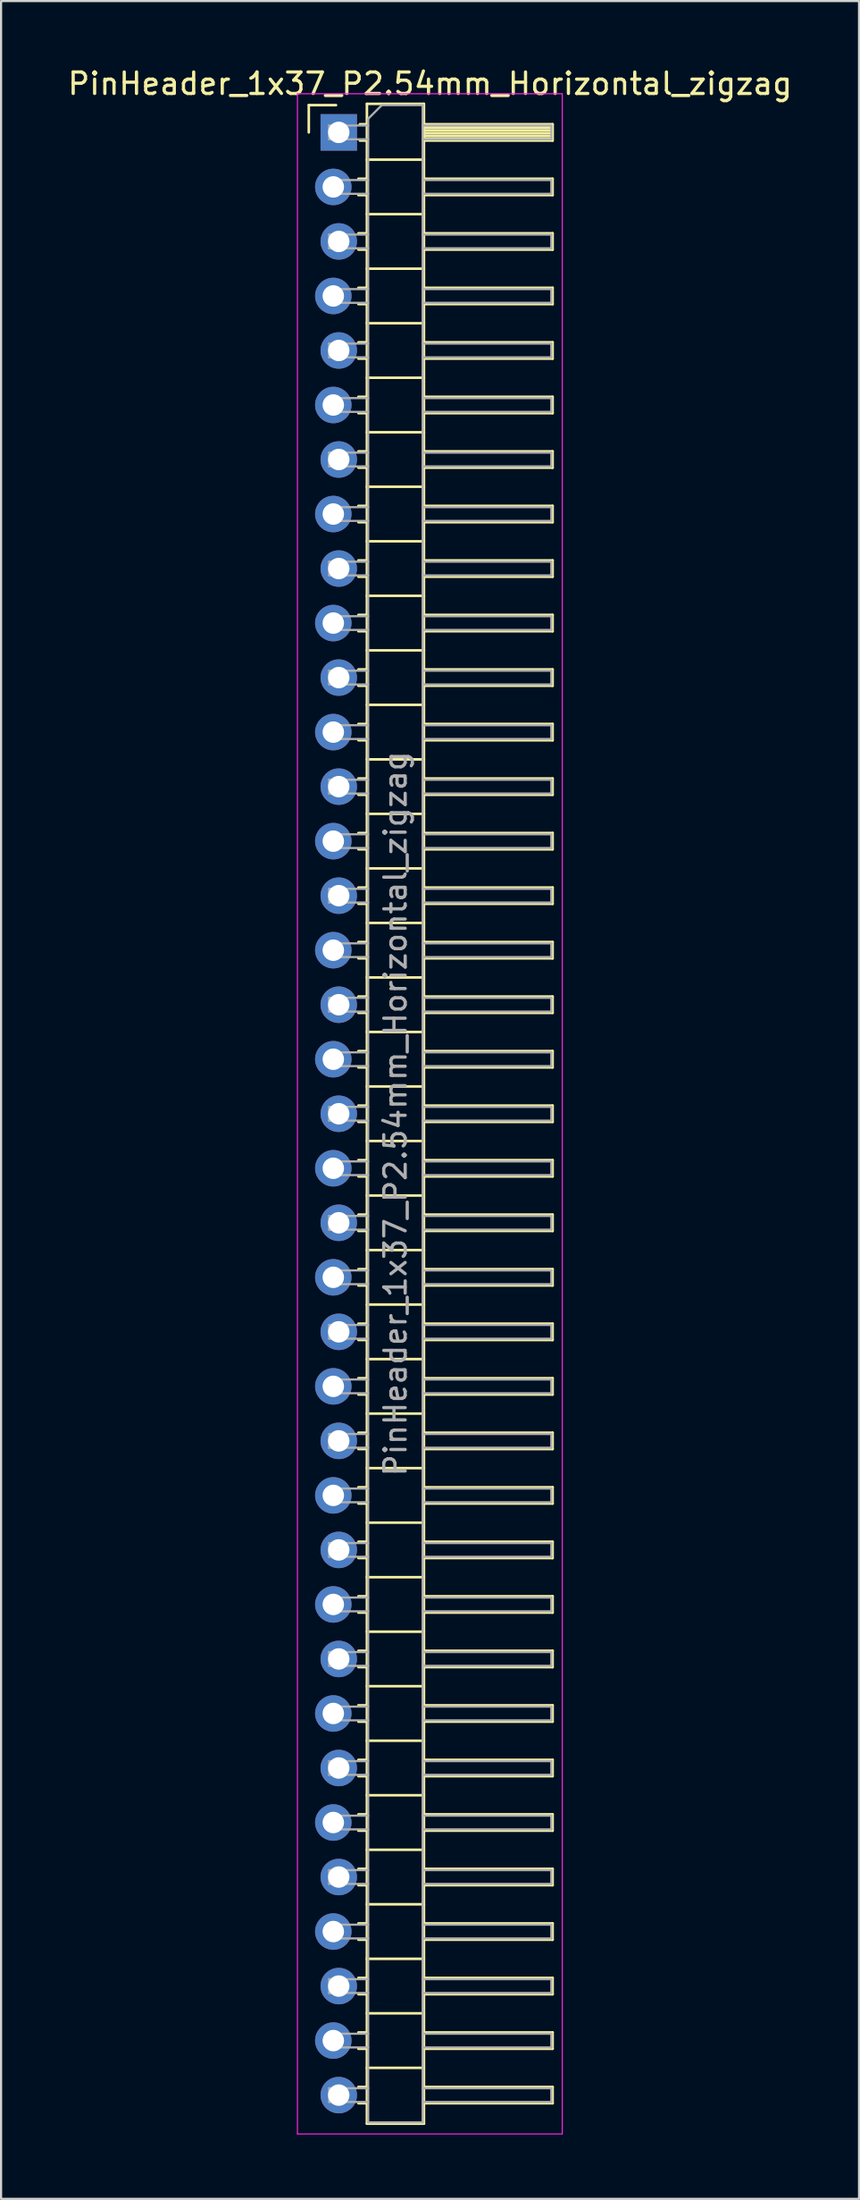
<source format=kicad_pcb>
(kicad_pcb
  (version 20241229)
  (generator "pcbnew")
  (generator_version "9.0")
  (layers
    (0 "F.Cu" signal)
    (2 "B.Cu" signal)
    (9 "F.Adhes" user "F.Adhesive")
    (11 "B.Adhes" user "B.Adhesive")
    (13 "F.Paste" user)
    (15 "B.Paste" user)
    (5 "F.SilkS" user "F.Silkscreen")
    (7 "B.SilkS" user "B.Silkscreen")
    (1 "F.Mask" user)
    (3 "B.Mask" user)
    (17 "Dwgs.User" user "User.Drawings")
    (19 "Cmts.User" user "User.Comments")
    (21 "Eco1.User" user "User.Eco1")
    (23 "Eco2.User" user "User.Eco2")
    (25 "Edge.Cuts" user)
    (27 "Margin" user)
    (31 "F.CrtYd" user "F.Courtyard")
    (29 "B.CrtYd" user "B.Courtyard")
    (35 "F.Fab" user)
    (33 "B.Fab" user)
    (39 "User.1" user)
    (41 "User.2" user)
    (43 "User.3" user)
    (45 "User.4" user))
  (footprint "PinHeader_1x37_P2.54mm_Horizontal_zigzag"
    (layer "F.Cu")
    (at 12.621 3.118)
    (property "Reference" "PinHeader_1x37_P2.54mm_Horizontal_zigzag" (at 4.385 -2.27 0) (layer "F.SilkS") (effects (font (size 1 1) (thickness 0.15))))
    (attr through_hole)
    (fp_line (start -1.27 -1.27) (end 0 -1.27) (stroke (width 0.12) (type solid)) (layer "F.SilkS"))
    (fp_line (start -1.27 0) (end -1.27 -1.27) (stroke (width 0.12) (type solid)) (layer "F.SilkS"))
    (fp_line (start 1.043 2.16) (end 1.44 2.16) (stroke (width 0.12) (type solid)) (layer "F.SilkS"))
    (fp_line (start 1.043 2.92) (end 1.44 2.92) (stroke (width 0.12) (type solid)) (layer "F.SilkS"))
    (fp_line (start 1.043 4.7) (end 1.44 4.7) (stroke (width 0.12) (type solid)) (layer "F.SilkS"))
    (fp_line (start 1.043 5.46) (end 1.44 5.46) (stroke (width 0.12) (type solid)) (layer "F.SilkS"))
    (fp_line (start 1.043 7.24) (end 1.44 7.24) (stroke (width 0.12) (type solid)) (layer "F.SilkS"))
    (fp_line (start 1.043 8) (end 1.44 8) (stroke (width 0.12) (type solid)) (layer "F.SilkS"))
    (fp_line (start 1.043 9.78) (end 1.44 9.78) (stroke (width 0.12) (type solid)) (layer "F.SilkS"))
    (fp_line (start 1.043 10.54) (end 1.44 10.54) (stroke (width 0.12) (type solid)) (layer "F.SilkS"))
    (fp_line (start 1.043 12.32) (end 1.44 12.32) (stroke (width 0.12) (type solid)) (layer "F.SilkS"))
    (fp_line (start 1.043 13.08) (end 1.44 13.08) (stroke (width 0.12) (type solid)) (layer "F.SilkS"))
    (fp_line (start 1.043 14.86) (end 1.44 14.86) (stroke (width 0.12) (type solid)) (layer "F.SilkS"))
    (fp_line (start 1.043 15.62) (end 1.44 15.62) (stroke (width 0.12) (type solid)) (layer "F.SilkS"))
    (fp_line (start 1.043 17.4) (end 1.44 17.4) (stroke (width 0.12) (type solid)) (layer "F.SilkS"))
    (fp_line (start 1.043 18.16) (end 1.44 18.16) (stroke (width 0.12) (type solid)) (layer "F.SilkS"))
    (fp_line (start 1.043 19.94) (end 1.44 19.94) (stroke (width 0.12) (type solid)) (layer "F.SilkS"))
    (fp_line (start 1.043 20.7) (end 1.44 20.7) (stroke (width 0.12) (type solid)) (layer "F.SilkS"))
    (fp_line (start 1.043 22.48) (end 1.44 22.48) (stroke (width 0.12) (type solid)) (layer "F.SilkS"))
    (fp_line (start 1.043 23.24) (end 1.44 23.24) (stroke (width 0.12) (type solid)) (layer "F.SilkS"))
    (fp_line (start 1.043 25.02) (end 1.44 25.02) (stroke (width 0.12) (type solid)) (layer "F.SilkS"))
    (fp_line (start 1.043 25.78) (end 1.44 25.78) (stroke (width 0.12) (type solid)) (layer "F.SilkS"))
    (fp_line (start 1.043 27.56) (end 1.44 27.56) (stroke (width 0.12) (type solid)) (layer "F.SilkS"))
    (fp_line (start 1.043 28.32) (end 1.44 28.32) (stroke (width 0.12) (type solid)) (layer "F.SilkS"))
    (fp_line (start 1.043 30.1) (end 1.44 30.1) (stroke (width 0.12) (type solid)) (layer "F.SilkS"))
    (fp_line (start 1.043 30.86) (end 1.44 30.86) (stroke (width 0.12) (type solid)) (layer "F.SilkS"))
    (fp_line (start 1.043 32.64) (end 1.44 32.64) (stroke (width 0.12) (type solid)) (layer "F.SilkS"))
    (fp_line (start 1.043 33.4) (end 1.44 33.4) (stroke (width 0.12) (type solid)) (layer "F.SilkS"))
    (fp_line (start 1.043 35.18) (end 1.44 35.18) (stroke (width 0.12) (type solid)) (layer "F.SilkS"))
    (fp_line (start 1.043 35.94) (end 1.44 35.94) (stroke (width 0.12) (type solid)) (layer "F.SilkS"))
    (fp_line (start 1.043 37.72) (end 1.44 37.72) (stroke (width 0.12) (type solid)) (layer "F.SilkS"))
    (fp_line (start 1.043 38.48) (end 1.44 38.48) (stroke (width 0.12) (type solid)) (layer "F.SilkS"))
    (fp_line (start 1.043 40.26) (end 1.44 40.26) (stroke (width 0.12) (type solid)) (layer "F.SilkS"))
    (fp_line (start 1.043 41.02) (end 1.44 41.02) (stroke (width 0.12) (type solid)) (layer "F.SilkS"))
    (fp_line (start 1.043 42.8) (end 1.44 42.8) (stroke (width 0.12) (type solid)) (layer "F.SilkS"))
    (fp_line (start 1.043 43.56) (end 1.44 43.56) (stroke (width 0.12) (type solid)) (layer "F.SilkS"))
    (fp_line (start 1.043 45.34) (end 1.44 45.34) (stroke (width 0.12) (type solid)) (layer "F.SilkS"))
    (fp_line (start 1.043 46.1) (end 1.44 46.1) (stroke (width 0.12) (type solid)) (layer "F.SilkS"))
    (fp_line (start 1.043 47.88) (end 1.44 47.88) (stroke (width 0.12) (type solid)) (layer "F.SilkS"))
    (fp_line (start 1.043 48.64) (end 1.44 48.64) (stroke (width 0.12) (type solid)) (layer "F.SilkS"))
    (fp_line (start 1.043 50.42) (end 1.44 50.42) (stroke (width 0.12) (type solid)) (layer "F.SilkS"))
    (fp_line (start 1.043 51.18) (end 1.44 51.18) (stroke (width 0.12) (type solid)) (layer "F.SilkS"))
    (fp_line (start 1.043 52.96) (end 1.44 52.96) (stroke (width 0.12) (type solid)) (layer "F.SilkS"))
    (fp_line (start 1.043 53.72) (end 1.44 53.72) (stroke (width 0.12) (type solid)) (layer "F.SilkS"))
    (fp_line (start 1.043 55.5) (end 1.44 55.5) (stroke (width 0.12) (type solid)) (layer "F.SilkS"))
    (fp_line (start 1.043 56.26) (end 1.44 56.26) (stroke (width 0.12) (type solid)) (layer "F.SilkS"))
    (fp_line (start 1.043 58.04) (end 1.44 58.04) (stroke (width 0.12) (type solid)) (layer "F.SilkS"))
    (fp_line (start 1.043 58.8) (end 1.44 58.8) (stroke (width 0.12) (type solid)) (layer "F.SilkS"))
    (fp_line (start 1.043 60.58) (end 1.44 60.58) (stroke (width 0.12) (type solid)) (layer "F.SilkS"))
    (fp_line (start 1.043 61.34) (end 1.44 61.34) (stroke (width 0.12) (type solid)) (layer "F.SilkS"))
    (fp_line (start 1.043 63.12) (end 1.44 63.12) (stroke (width 0.12) (type solid)) (layer "F.SilkS"))
    (fp_line (start 1.043 63.88) (end 1.44 63.88) (stroke (width 0.12) (type solid)) (layer "F.SilkS"))
    (fp_line (start 1.043 65.66) (end 1.44 65.66) (stroke (width 0.12) (type solid)) (layer "F.SilkS"))
    (fp_line (start 1.043 66.42) (end 1.44 66.42) (stroke (width 0.12) (type solid)) (layer "F.SilkS"))
    (fp_line (start 1.043 68.2) (end 1.44 68.2) (stroke (width 0.12) (type solid)) (layer "F.SilkS"))
    (fp_line (start 1.043 68.96) (end 1.44 68.96) (stroke (width 0.12) (type solid)) (layer "F.SilkS"))
    (fp_line (start 1.043 70.74) (end 1.44 70.74) (stroke (width 0.12) (type solid)) (layer "F.SilkS"))
    (fp_line (start 1.043 71.5) (end 1.44 71.5) (stroke (width 0.12) (type solid)) (layer "F.SilkS"))
    (fp_line (start 1.043 73.28) (end 1.44 73.28) (stroke (width 0.12) (type solid)) (layer "F.SilkS"))
    (fp_line (start 1.043 74.04) (end 1.44 74.04) (stroke (width 0.12) (type solid)) (layer "F.SilkS"))
    (fp_line (start 1.043 75.82) (end 1.44 75.82) (stroke (width 0.12) (type solid)) (layer "F.SilkS"))
    (fp_line (start 1.043 76.58) (end 1.44 76.58) (stroke (width 0.12) (type solid)) (layer "F.SilkS"))
    (fp_line (start 1.043 78.36) (end 1.44 78.36) (stroke (width 0.12) (type solid)) (layer "F.SilkS"))
    (fp_line (start 1.043 79.12) (end 1.44 79.12) (stroke (width 0.12) (type solid)) (layer "F.SilkS"))
    (fp_line (start 1.043 80.9) (end 1.44 80.9) (stroke (width 0.12) (type solid)) (layer "F.SilkS"))
    (fp_line (start 1.043 81.66) (end 1.44 81.66) (stroke (width 0.12) (type solid)) (layer "F.SilkS"))
    (fp_line (start 1.043 83.44) (end 1.44 83.44) (stroke (width 0.12) (type solid)) (layer "F.SilkS"))
    (fp_line (start 1.043 84.2) (end 1.44 84.2) (stroke (width 0.12) (type solid)) (layer "F.SilkS"))
    (fp_line (start 1.043 85.98) (end 1.44 85.98) (stroke (width 0.12) (type solid)) (layer "F.SilkS"))
    (fp_line (start 1.043 86.74) (end 1.44 86.74) (stroke (width 0.12) (type solid)) (layer "F.SilkS"))
    (fp_line (start 1.043 88.52) (end 1.44 88.52) (stroke (width 0.12) (type solid)) (layer "F.SilkS"))
    (fp_line (start 1.043 89.28) (end 1.44 89.28) (stroke (width 0.12) (type solid)) (layer "F.SilkS"))
    (fp_line (start 1.043 91.06) (end 1.44 91.06) (stroke (width 0.12) (type solid)) (layer "F.SilkS"))
    (fp_line (start 1.043 91.82) (end 1.44 91.82) (stroke (width 0.12) (type solid)) (layer "F.SilkS"))
    (fp_line (start 1.11 -0.38) (end 1.44 -0.38) (stroke (width 0.12) (type solid)) (layer "F.SilkS"))
    (fp_line (start 1.11 0.38) (end 1.44 0.38) (stroke (width 0.12) (type solid)) (layer "F.SilkS"))
    (fp_line (start 1.44 -1.33) (end 1.44 92.77) (stroke (width 0.12) (type solid)) (layer "F.SilkS"))
    (fp_line (start 1.44 1.27) (end 4.1 1.27) (stroke (width 0.12) (type solid)) (layer "F.SilkS"))
    (fp_line (start 1.44 3.81) (end 4.1 3.81) (stroke (width 0.12) (type solid)) (layer "F.SilkS"))
    (fp_line (start 1.44 6.35) (end 4.1 6.35) (stroke (width 0.12) (type solid)) (layer "F.SilkS"))
    (fp_line (start 1.44 8.89) (end 4.1 8.89) (stroke (width 0.12) (type solid)) (layer "F.SilkS"))
    (fp_line (start 1.44 11.43) (end 4.1 11.43) (stroke (width 0.12) (type solid)) (layer "F.SilkS"))
    (fp_line (start 1.44 13.97) (end 4.1 13.97) (stroke (width 0.12) (type solid)) (layer "F.SilkS"))
    (fp_line (start 1.44 16.51) (end 4.1 16.51) (stroke (width 0.12) (type solid)) (layer "F.SilkS"))
    (fp_line (start 1.44 19.05) (end 4.1 19.05) (stroke (width 0.12) (type solid)) (layer "F.SilkS"))
    (fp_line (start 1.44 21.59) (end 4.1 21.59) (stroke (width 0.12) (type solid)) (layer "F.SilkS"))
    (fp_line (start 1.44 24.13) (end 4.1 24.13) (stroke (width 0.12) (type solid)) (layer "F.SilkS"))
    (fp_line (start 1.44 26.67) (end 4.1 26.67) (stroke (width 0.12) (type solid)) (layer "F.SilkS"))
    (fp_line (start 1.44 29.21) (end 4.1 29.21) (stroke (width 0.12) (type solid)) (layer "F.SilkS"))
    (fp_line (start 1.44 31.75) (end 4.1 31.75) (stroke (width 0.12) (type solid)) (layer "F.SilkS"))
    (fp_line (start 1.44 34.29) (end 4.1 34.29) (stroke (width 0.12) (type solid)) (layer "F.SilkS"))
    (fp_line (start 1.44 36.83) (end 4.1 36.83) (stroke (width 0.12) (type solid)) (layer "F.SilkS"))
    (fp_line (start 1.44 39.37) (end 4.1 39.37) (stroke (width 0.12) (type solid)) (layer "F.SilkS"))
    (fp_line (start 1.44 41.91) (end 4.1 41.91) (stroke (width 0.12) (type solid)) (layer "F.SilkS"))
    (fp_line (start 1.44 44.45) (end 4.1 44.45) (stroke (width 0.12) (type solid)) (layer "F.SilkS"))
    (fp_line (start 1.44 46.99) (end 4.1 46.99) (stroke (width 0.12) (type solid)) (layer "F.SilkS"))
    (fp_line (start 1.44 49.53) (end 4.1 49.53) (stroke (width 0.12) (type solid)) (layer "F.SilkS"))
    (fp_line (start 1.44 52.07) (end 4.1 52.07) (stroke (width 0.12) (type solid)) (layer "F.SilkS"))
    (fp_line (start 1.44 54.61) (end 4.1 54.61) (stroke (width 0.12) (type solid)) (layer "F.SilkS"))
    (fp_line (start 1.44 57.15) (end 4.1 57.15) (stroke (width 0.12) (type solid)) (layer "F.SilkS"))
    (fp_line (start 1.44 59.69) (end 4.1 59.69) (stroke (width 0.12) (type solid)) (layer "F.SilkS"))
    (fp_line (start 1.44 62.23) (end 4.1 62.23) (stroke (width 0.12) (type solid)) (layer "F.SilkS"))
    (fp_line (start 1.44 64.77) (end 4.1 64.77) (stroke (width 0.12) (type solid)) (layer "F.SilkS"))
    (fp_line (start 1.44 67.31) (end 4.1 67.31) (stroke (width 0.12) (type solid)) (layer "F.SilkS"))
    (fp_line (start 1.44 69.85) (end 4.1 69.85) (stroke (width 0.12) (type solid)) (layer "F.SilkS"))
    (fp_line (start 1.44 72.39) (end 4.1 72.39) (stroke (width 0.12) (type solid)) (layer "F.SilkS"))
    (fp_line (start 1.44 74.93) (end 4.1 74.93) (stroke (width 0.12) (type solid)) (layer "F.SilkS"))
    (fp_line (start 1.44 77.47) (end 4.1 77.47) (stroke (width 0.12) (type solid)) (layer "F.SilkS"))
    (fp_line (start 1.44 80.01) (end 4.1 80.01) (stroke (width 0.12) (type solid)) (layer "F.SilkS"))
    (fp_line (start 1.44 82.55) (end 4.1 82.55) (stroke (width 0.12) (type solid)) (layer "F.SilkS"))
    (fp_line (start 1.44 85.09) (end 4.1 85.09) (stroke (width 0.12) (type solid)) (layer "F.SilkS"))
    (fp_line (start 1.44 87.63) (end 4.1 87.63) (stroke (width 0.12) (type solid)) (layer "F.SilkS"))
    (fp_line (start 1.44 90.17) (end 4.1 90.17) (stroke (width 0.12) (type solid)) (layer "F.SilkS"))
    (fp_line (start 1.44 92.77) (end 4.1 92.77) (stroke (width 0.12) (type solid)) (layer "F.SilkS"))
    (fp_line (start 4.1 -1.33) (end 1.44 -1.33) (stroke (width 0.12) (type solid)) (layer "F.SilkS"))
    (fp_line (start 4.1 -0.38) (end 10.1 -0.38) (stroke (width 0.12) (type solid)) (layer "F.SilkS"))
    (fp_line (start 4.1 -0.32) (end 10.1 -0.32) (stroke (width 0.12) (type solid)) (layer "F.SilkS"))
    (fp_line (start 4.1 -0.2) (end 10.1 -0.2) (stroke (width 0.12) (type solid)) (layer "F.SilkS"))
    (fp_line (start 4.1 -0.08) (end 10.1 -0.08) (stroke (width 0.12) (type solid)) (layer "F.SilkS"))
    (fp_line (start 4.1 0.04) (end 10.1 0.04) (stroke (width 0.12) (type solid)) (layer "F.SilkS"))
    (fp_line (start 4.1 0.16) (end 10.1 0.16) (stroke (width 0.12) (type solid)) (layer "F.SilkS"))
    (fp_line (start 4.1 0.28) (end 10.1 0.28) (stroke (width 0.12) (type solid)) (layer "F.SilkS"))
    (fp_line (start 4.1 2.16) (end 10.1 2.16) (stroke (width 0.12) (type solid)) (layer "F.SilkS"))
    (fp_line (start 4.1 4.7) (end 10.1 4.7) (stroke (width 0.12) (type solid)) (layer "F.SilkS"))
    (fp_line (start 4.1 7.24) (end 10.1 7.24) (stroke (width 0.12) (type solid)) (layer "F.SilkS"))
    (fp_line (start 4.1 9.78) (end 10.1 9.78) (stroke (width 0.12) (type solid)) (layer "F.SilkS"))
    (fp_line (start 4.1 12.32) (end 10.1 12.32) (stroke (width 0.12) (type solid)) (layer "F.SilkS"))
    (fp_line (start 4.1 14.86) (end 10.1 14.86) (stroke (width 0.12) (type solid)) (layer "F.SilkS"))
    (fp_line (start 4.1 17.4) (end 10.1 17.4) (stroke (width 0.12) (type solid)) (layer "F.SilkS"))
    (fp_line (start 4.1 19.94) (end 10.1 19.94) (stroke (width 0.12) (type solid)) (layer "F.SilkS"))
    (fp_line (start 4.1 22.48) (end 10.1 22.48) (stroke (width 0.12) (type solid)) (layer "F.SilkS"))
    (fp_line (start 4.1 25.02) (end 10.1 25.02) (stroke (width 0.12) (type solid)) (layer "F.SilkS"))
    (fp_line (start 4.1 27.56) (end 10.1 27.56) (stroke (width 0.12) (type solid)) (layer "F.SilkS"))
    (fp_line (start 4.1 30.1) (end 10.1 30.1) (stroke (width 0.12) (type solid)) (layer "F.SilkS"))
    (fp_line (start 4.1 32.64) (end 10.1 32.64) (stroke (width 0.12) (type solid)) (layer "F.SilkS"))
    (fp_line (start 4.1 35.18) (end 10.1 35.18) (stroke (width 0.12) (type solid)) (layer "F.SilkS"))
    (fp_line (start 4.1 37.72) (end 10.1 37.72) (stroke (width 0.12) (type solid)) (layer "F.SilkS"))
    (fp_line (start 4.1 40.26) (end 10.1 40.26) (stroke (width 0.12) (type solid)) (layer "F.SilkS"))
    (fp_line (start 4.1 42.8) (end 10.1 42.8) (stroke (width 0.12) (type solid)) (layer "F.SilkS"))
    (fp_line (start 4.1 45.34) (end 10.1 45.34) (stroke (width 0.12) (type solid)) (layer "F.SilkS"))
    (fp_line (start 4.1 47.88) (end 10.1 47.88) (stroke (width 0.12) (type solid)) (layer "F.SilkS"))
    (fp_line (start 4.1 50.42) (end 10.1 50.42) (stroke (width 0.12) (type solid)) (layer "F.SilkS"))
    (fp_line (start 4.1 52.96) (end 10.1 52.96) (stroke (width 0.12) (type solid)) (layer "F.SilkS"))
    (fp_line (start 4.1 55.5) (end 10.1 55.5) (stroke (width 0.12) (type solid)) (layer "F.SilkS"))
    (fp_line (start 4.1 58.04) (end 10.1 58.04) (stroke (width 0.12) (type solid)) (layer "F.SilkS"))
    (fp_line (start 4.1 60.58) (end 10.1 60.58) (stroke (width 0.12) (type solid)) (layer "F.SilkS"))
    (fp_line (start 4.1 63.12) (end 10.1 63.12) (stroke (width 0.12) (type solid)) (layer "F.SilkS"))
    (fp_line (start 4.1 65.66) (end 10.1 65.66) (stroke (width 0.12) (type solid)) (layer "F.SilkS"))
    (fp_line (start 4.1 68.2) (end 10.1 68.2) (stroke (width 0.12) (type solid)) (layer "F.SilkS"))
    (fp_line (start 4.1 70.74) (end 10.1 70.74) (stroke (width 0.12) (type solid)) (layer "F.SilkS"))
    (fp_line (start 4.1 73.28) (end 10.1 73.28) (stroke (width 0.12) (type solid)) (layer "F.SilkS"))
    (fp_line (start 4.1 75.82) (end 10.1 75.82) (stroke (width 0.12) (type solid)) (layer "F.SilkS"))
    (fp_line (start 4.1 78.36) (end 10.1 78.36) (stroke (width 0.12) (type solid)) (layer "F.SilkS"))
    (fp_line (start 4.1 80.9) (end 10.1 80.9) (stroke (width 0.12) (type solid)) (layer "F.SilkS"))
    (fp_line (start 4.1 83.44) (end 10.1 83.44) (stroke (width 0.12) (type solid)) (layer "F.SilkS"))
    (fp_line (start 4.1 85.98) (end 10.1 85.98) (stroke (width 0.12) (type solid)) (layer "F.SilkS"))
    (fp_line (start 4.1 88.52) (end 10.1 88.52) (stroke (width 0.12) (type solid)) (layer "F.SilkS"))
    (fp_line (start 4.1 91.06) (end 10.1 91.06) (stroke (width 0.12) (type solid)) (layer "F.SilkS"))
    (fp_line (start 4.1 92.77) (end 4.1 -1.33) (stroke (width 0.12) (type solid)) (layer "F.SilkS"))
    (fp_line (start 10.1 -0.38) (end 10.1 0.38) (stroke (width 0.12) (type solid)) (layer "F.SilkS"))
    (fp_line (start 10.1 0.38) (end 4.1 0.38) (stroke (width 0.12) (type solid)) (layer "F.SilkS"))
    (fp_line (start 10.1 2.16) (end 10.1 2.92) (stroke (width 0.12) (type solid)) (layer "F.SilkS"))
    (fp_line (start 10.1 2.92) (end 4.1 2.92) (stroke (width 0.12) (type solid)) (layer "F.SilkS"))
    (fp_line (start 10.1 4.7) (end 10.1 5.46) (stroke (width 0.12) (type solid)) (layer "F.SilkS"))
    (fp_line (start 10.1 5.46) (end 4.1 5.46) (stroke (width 0.12) (type solid)) (layer "F.SilkS"))
    (fp_line (start 10.1 7.24) (end 10.1 8) (stroke (width 0.12) (type solid)) (layer "F.SilkS"))
    (fp_line (start 10.1 8) (end 4.1 8) (stroke (width 0.12) (type solid)) (layer "F.SilkS"))
    (fp_line (start 10.1 9.78) (end 10.1 10.54) (stroke (width 0.12) (type solid)) (layer "F.SilkS"))
    (fp_line (start 10.1 10.54) (end 4.1 10.54) (stroke (width 0.12) (type solid)) (layer "F.SilkS"))
    (fp_line (start 10.1 12.32) (end 10.1 13.08) (stroke (width 0.12) (type solid)) (layer "F.SilkS"))
    (fp_line (start 10.1 13.08) (end 4.1 13.08) (stroke (width 0.12) (type solid)) (layer "F.SilkS"))
    (fp_line (start 10.1 14.86) (end 10.1 15.62) (stroke (width 0.12) (type solid)) (layer "F.SilkS"))
    (fp_line (start 10.1 15.62) (end 4.1 15.62) (stroke (width 0.12) (type solid)) (layer "F.SilkS"))
    (fp_line (start 10.1 17.4) (end 10.1 18.16) (stroke (width 0.12) (type solid)) (layer "F.SilkS"))
    (fp_line (start 10.1 18.16) (end 4.1 18.16) (stroke (width 0.12) (type solid)) (layer "F.SilkS"))
    (fp_line (start 10.1 19.94) (end 10.1 20.7) (stroke (width 0.12) (type solid)) (layer "F.SilkS"))
    (fp_line (start 10.1 20.7) (end 4.1 20.7) (stroke (width 0.12) (type solid)) (layer "F.SilkS"))
    (fp_line (start 10.1 22.48) (end 10.1 23.24) (stroke (width 0.12) (type solid)) (layer "F.SilkS"))
    (fp_line (start 10.1 23.24) (end 4.1 23.24) (stroke (width 0.12) (type solid)) (layer "F.SilkS"))
    (fp_line (start 10.1 25.02) (end 10.1 25.78) (stroke (width 0.12) (type solid)) (layer "F.SilkS"))
    (fp_line (start 10.1 25.78) (end 4.1 25.78) (stroke (width 0.12) (type solid)) (layer "F.SilkS"))
    (fp_line (start 10.1 27.56) (end 10.1 28.32) (stroke (width 0.12) (type solid)) (layer "F.SilkS"))
    (fp_line (start 10.1 28.32) (end 4.1 28.32) (stroke (width 0.12) (type solid)) (layer "F.SilkS"))
    (fp_line (start 10.1 30.1) (end 10.1 30.86) (stroke (width 0.12) (type solid)) (layer "F.SilkS"))
    (fp_line (start 10.1 30.86) (end 4.1 30.86) (stroke (width 0.12) (type solid)) (layer "F.SilkS"))
    (fp_line (start 10.1 32.64) (end 10.1 33.4) (stroke (width 0.12) (type solid)) (layer "F.SilkS"))
    (fp_line (start 10.1 33.4) (end 4.1 33.4) (stroke (width 0.12) (type solid)) (layer "F.SilkS"))
    (fp_line (start 10.1 35.18) (end 10.1 35.94) (stroke (width 0.12) (type solid)) (layer "F.SilkS"))
    (fp_line (start 10.1 35.94) (end 4.1 35.94) (stroke (width 0.12) (type solid)) (layer "F.SilkS"))
    (fp_line (start 10.1 37.72) (end 10.1 38.48) (stroke (width 0.12) (type solid)) (layer "F.SilkS"))
    (fp_line (start 10.1 38.48) (end 4.1 38.48) (stroke (width 0.12) (type solid)) (layer "F.SilkS"))
    (fp_line (start 10.1 40.26) (end 10.1 41.02) (stroke (width 0.12) (type solid)) (layer "F.SilkS"))
    (fp_line (start 10.1 41.02) (end 4.1 41.02) (stroke (width 0.12) (type solid)) (layer "F.SilkS"))
    (fp_line (start 10.1 42.8) (end 10.1 43.56) (stroke (width 0.12) (type solid)) (layer "F.SilkS"))
    (fp_line (start 10.1 43.56) (end 4.1 43.56) (stroke (width 0.12) (type solid)) (layer "F.SilkS"))
    (fp_line (start 10.1 45.34) (end 10.1 46.1) (stroke (width 0.12) (type solid)) (layer "F.SilkS"))
    (fp_line (start 10.1 46.1) (end 4.1 46.1) (stroke (width 0.12) (type solid)) (layer "F.SilkS"))
    (fp_line (start 10.1 47.88) (end 10.1 48.64) (stroke (width 0.12) (type solid)) (layer "F.SilkS"))
    (fp_line (start 10.1 48.64) (end 4.1 48.64) (stroke (width 0.12) (type solid)) (layer "F.SilkS"))
    (fp_line (start 10.1 50.42) (end 10.1 51.18) (stroke (width 0.12) (type solid)) (layer "F.SilkS"))
    (fp_line (start 10.1 51.18) (end 4.1 51.18) (stroke (width 0.12) (type solid)) (layer "F.SilkS"))
    (fp_line (start 10.1 52.96) (end 10.1 53.72) (stroke (width 0.12) (type solid)) (layer "F.SilkS"))
    (fp_line (start 10.1 53.72) (end 4.1 53.72) (stroke (width 0.12) (type solid)) (layer "F.SilkS"))
    (fp_line (start 10.1 55.5) (end 10.1 56.26) (stroke (width 0.12) (type solid)) (layer "F.SilkS"))
    (fp_line (start 10.1 56.26) (end 4.1 56.26) (stroke (width 0.12) (type solid)) (layer "F.SilkS"))
    (fp_line (start 10.1 58.04) (end 10.1 58.8) (stroke (width 0.12) (type solid)) (layer "F.SilkS"))
    (fp_line (start 10.1 58.8) (end 4.1 58.8) (stroke (width 0.12) (type solid)) (layer "F.SilkS"))
    (fp_line (start 10.1 60.58) (end 10.1 61.34) (stroke (width 0.12) (type solid)) (layer "F.SilkS"))
    (fp_line (start 10.1 61.34) (end 4.1 61.34) (stroke (width 0.12) (type solid)) (layer "F.SilkS"))
    (fp_line (start 10.1 63.12) (end 10.1 63.88) (stroke (width 0.12) (type solid)) (layer "F.SilkS"))
    (fp_line (start 10.1 63.88) (end 4.1 63.88) (stroke (width 0.12) (type solid)) (layer "F.SilkS"))
    (fp_line (start 10.1 65.66) (end 10.1 66.42) (stroke (width 0.12) (type solid)) (layer "F.SilkS"))
    (fp_line (start 10.1 66.42) (end 4.1 66.42) (stroke (width 0.12) (type solid)) (layer "F.SilkS"))
    (fp_line (start 10.1 68.2) (end 10.1 68.96) (stroke (width 0.12) (type solid)) (layer "F.SilkS"))
    (fp_line (start 10.1 68.96) (end 4.1 68.96) (stroke (width 0.12) (type solid)) (layer "F.SilkS"))
    (fp_line (start 10.1 70.74) (end 10.1 71.5) (stroke (width 0.12) (type solid)) (layer "F.SilkS"))
    (fp_line (start 10.1 71.5) (end 4.1 71.5) (stroke (width 0.12) (type solid)) (layer "F.SilkS"))
    (fp_line (start 10.1 73.28) (end 10.1 74.04) (stroke (width 0.12) (type solid)) (layer "F.SilkS"))
    (fp_line (start 10.1 74.04) (end 4.1 74.04) (stroke (width 0.12) (type solid)) (layer "F.SilkS"))
    (fp_line (start 10.1 75.82) (end 10.1 76.58) (stroke (width 0.12) (type solid)) (layer "F.SilkS"))
    (fp_line (start 10.1 76.58) (end 4.1 76.58) (stroke (width 0.12) (type solid)) (layer "F.SilkS"))
    (fp_line (start 10.1 78.36) (end 10.1 79.12) (stroke (width 0.12) (type solid)) (layer "F.SilkS"))
    (fp_line (start 10.1 79.12) (end 4.1 79.12) (stroke (width 0.12) (type solid)) (layer "F.SilkS"))
    (fp_line (start 10.1 80.9) (end 10.1 81.66) (stroke (width 0.12) (type solid)) (layer "F.SilkS"))
    (fp_line (start 10.1 81.66) (end 4.1 81.66) (stroke (width 0.12) (type solid)) (layer "F.SilkS"))
    (fp_line (start 10.1 83.44) (end 10.1 84.2) (stroke (width 0.12) (type solid)) (layer "F.SilkS"))
    (fp_line (start 10.1 84.2) (end 4.1 84.2) (stroke (width 0.12) (type solid)) (layer "F.SilkS"))
    (fp_line (start 10.1 85.98) (end 10.1 86.74) (stroke (width 0.12) (type solid)) (layer "F.SilkS"))
    (fp_line (start 10.1 86.74) (end 4.1 86.74) (stroke (width 0.12) (type solid)) (layer "F.SilkS"))
    (fp_line (start 10.1 88.52) (end 10.1 89.28) (stroke (width 0.12) (type solid)) (layer "F.SilkS"))
    (fp_line (start 10.1 89.28) (end 4.1 89.28) (stroke (width 0.12) (type solid)) (layer "F.SilkS"))
    (fp_line (start 10.1 91.06) (end 10.1 91.82) (stroke (width 0.12) (type solid)) (layer "F.SilkS"))
    (fp_line (start 10.1 91.82) (end 4.1 91.82) (stroke (width 0.12) (type solid)) (layer "F.SilkS"))
    (fp_line (start -1.8 -1.8) (end -1.8 93.25) (stroke (width 0.05) (type solid)) (layer "F.CrtYd"))
    (fp_line (start -1.8 93.25) (end 10.55 93.25) (stroke (width 0.05) (type solid)) (layer "F.CrtYd"))
    (fp_line (start 10.55 -1.8) (end -1.8 -1.8) (stroke (width 0.05) (type solid)) (layer "F.CrtYd"))
    (fp_line (start 10.55 93.25) (end 10.55 -1.8) (stroke (width 0.05) (type solid)) (layer "F.CrtYd"))
    (fp_line (start -0.32 -0.32) (end -0.32 0.32) (stroke (width 0.1) (type solid)) (layer "F.Fab"))
    (fp_line (start -0.32 -0.32) (end 1.5 -0.32) (stroke (width 0.1) (type solid)) (layer "F.Fab"))
    (fp_line (start -0.32 0.32) (end 1.5 0.32) (stroke (width 0.1) (type solid)) (layer "F.Fab"))
    (fp_line (start -0.32 2.22) (end -0.32 2.86) (stroke (width 0.1) (type solid)) (layer "F.Fab"))
    (fp_line (start -0.32 2.22) (end 1.5 2.22) (stroke (width 0.1) (type solid)) (layer "F.Fab"))
    (fp_line (start -0.32 2.86) (end 1.5 2.86) (stroke (width 0.1) (type solid)) (layer "F.Fab"))
    (fp_line (start -0.32 4.76) (end -0.32 5.4) (stroke (width 0.1) (type solid)) (layer "F.Fab"))
    (fp_line (start -0.32 4.76) (end 1.5 4.76) (stroke (width 0.1) (type solid)) (layer "F.Fab"))
    (fp_line (start -0.32 5.4) (end 1.5 5.4) (stroke (width 0.1) (type solid)) (layer "F.Fab"))
    (fp_line (start -0.32 7.3) (end -0.32 7.94) (stroke (width 0.1) (type solid)) (layer "F.Fab"))
    (fp_line (start -0.32 7.3) (end 1.5 7.3) (stroke (width 0.1) (type solid)) (layer "F.Fab"))
    (fp_line (start -0.32 7.94) (end 1.5 7.94) (stroke (width 0.1) (type solid)) (layer "F.Fab"))
    (fp_line (start -0.32 9.84) (end -0.32 10.48) (stroke (width 0.1) (type solid)) (layer "F.Fab"))
    (fp_line (start -0.32 9.84) (end 1.5 9.84) (stroke (width 0.1) (type solid)) (layer "F.Fab"))
    (fp_line (start -0.32 10.48) (end 1.5 10.48) (stroke (width 0.1) (type solid)) (layer "F.Fab"))
    (fp_line (start -0.32 12.38) (end -0.32 13.02) (stroke (width 0.1) (type solid)) (layer "F.Fab"))
    (fp_line (start -0.32 12.38) (end 1.5 12.38) (stroke (width 0.1) (type solid)) (layer "F.Fab"))
    (fp_line (start -0.32 13.02) (end 1.5 13.02) (stroke (width 0.1) (type solid)) (layer "F.Fab"))
    (fp_line (start -0.32 14.92) (end -0.32 15.56) (stroke (width 0.1) (type solid)) (layer "F.Fab"))
    (fp_line (start -0.32 14.92) (end 1.5 14.92) (stroke (width 0.1) (type solid)) (layer "F.Fab"))
    (fp_line (start -0.32 15.56) (end 1.5 15.56) (stroke (width 0.1) (type solid)) (layer "F.Fab"))
    (fp_line (start -0.32 17.46) (end -0.32 18.1) (stroke (width 0.1) (type solid)) (layer "F.Fab"))
    (fp_line (start -0.32 17.46) (end 1.5 17.46) (stroke (width 0.1) (type solid)) (layer "F.Fab"))
    (fp_line (start -0.32 18.1) (end 1.5 18.1) (stroke (width 0.1) (type solid)) (layer "F.Fab"))
    (fp_line (start -0.32 20) (end -0.32 20.64) (stroke (width 0.1) (type solid)) (layer "F.Fab"))
    (fp_line (start -0.32 20) (end 1.5 20) (stroke (width 0.1) (type solid)) (layer "F.Fab"))
    (fp_line (start -0.32 20.64) (end 1.5 20.64) (stroke (width 0.1) (type solid)) (layer "F.Fab"))
    (fp_line (start -0.32 22.54) (end -0.32 23.18) (stroke (width 0.1) (type solid)) (layer "F.Fab"))
    (fp_line (start -0.32 22.54) (end 1.5 22.54) (stroke (width 0.1) (type solid)) (layer "F.Fab"))
    (fp_line (start -0.32 23.18) (end 1.5 23.18) (stroke (width 0.1) (type solid)) (layer "F.Fab"))
    (fp_line (start -0.32 25.08) (end -0.32 25.72) (stroke (width 0.1) (type solid)) (layer "F.Fab"))
    (fp_line (start -0.32 25.08) (end 1.5 25.08) (stroke (width 0.1) (type solid)) (layer "F.Fab"))
    (fp_line (start -0.32 25.72) (end 1.5 25.72) (stroke (width 0.1) (type solid)) (layer "F.Fab"))
    (fp_line (start -0.32 27.62) (end -0.32 28.26) (stroke (width 0.1) (type solid)) (layer "F.Fab"))
    (fp_line (start -0.32 27.62) (end 1.5 27.62) (stroke (width 0.1) (type solid)) (layer "F.Fab"))
    (fp_line (start -0.32 28.26) (end 1.5 28.26) (stroke (width 0.1) (type solid)) (layer "F.Fab"))
    (fp_line (start -0.32 30.16) (end -0.32 30.8) (stroke (width 0.1) (type solid)) (layer "F.Fab"))
    (fp_line (start -0.32 30.16) (end 1.5 30.16) (stroke (width 0.1) (type solid)) (layer "F.Fab"))
    (fp_line (start -0.32 30.8) (end 1.5 30.8) (stroke (width 0.1) (type solid)) (layer "F.Fab"))
    (fp_line (start -0.32 32.7) (end -0.32 33.34) (stroke (width 0.1) (type solid)) (layer "F.Fab"))
    (fp_line (start -0.32 32.7) (end 1.5 32.7) (stroke (width 0.1) (type solid)) (layer "F.Fab"))
    (fp_line (start -0.32 33.34) (end 1.5 33.34) (stroke (width 0.1) (type solid)) (layer "F.Fab"))
    (fp_line (start -0.32 35.24) (end -0.32 35.88) (stroke (width 0.1) (type solid)) (layer "F.Fab"))
    (fp_line (start -0.32 35.24) (end 1.5 35.24) (stroke (width 0.1) (type solid)) (layer "F.Fab"))
    (fp_line (start -0.32 35.88) (end 1.5 35.88) (stroke (width 0.1) (type solid)) (layer "F.Fab"))
    (fp_line (start -0.32 37.78) (end -0.32 38.42) (stroke (width 0.1) (type solid)) (layer "F.Fab"))
    (fp_line (start -0.32 37.78) (end 1.5 37.78) (stroke (width 0.1) (type solid)) (layer "F.Fab"))
    (fp_line (start -0.32 38.42) (end 1.5 38.42) (stroke (width 0.1) (type solid)) (layer "F.Fab"))
    (fp_line (start -0.32 40.32) (end -0.32 40.96) (stroke (width 0.1) (type solid)) (layer "F.Fab"))
    (fp_line (start -0.32 40.32) (end 1.5 40.32) (stroke (width 0.1) (type solid)) (layer "F.Fab"))
    (fp_line (start -0.32 40.96) (end 1.5 40.96) (stroke (width 0.1) (type solid)) (layer "F.Fab"))
    (fp_line (start -0.32 42.86) (end -0.32 43.5) (stroke (width 0.1) (type solid)) (layer "F.Fab"))
    (fp_line (start -0.32 42.86) (end 1.5 42.86) (stroke (width 0.1) (type solid)) (layer "F.Fab"))
    (fp_line (start -0.32 43.5) (end 1.5 43.5) (stroke (width 0.1) (type solid)) (layer "F.Fab"))
    (fp_line (start -0.32 45.4) (end -0.32 46.04) (stroke (width 0.1) (type solid)) (layer "F.Fab"))
    (fp_line (start -0.32 45.4) (end 1.5 45.4) (stroke (width 0.1) (type solid)) (layer "F.Fab"))
    (fp_line (start -0.32 46.04) (end 1.5 46.04) (stroke (width 0.1) (type solid)) (layer "F.Fab"))
    (fp_line (start -0.32 47.94) (end -0.32 48.58) (stroke (width 0.1) (type solid)) (layer "F.Fab"))
    (fp_line (start -0.32 47.94) (end 1.5 47.94) (stroke (width 0.1) (type solid)) (layer "F.Fab"))
    (fp_line (start -0.32 48.58) (end 1.5 48.58) (stroke (width 0.1) (type solid)) (layer "F.Fab"))
    (fp_line (start -0.32 50.48) (end -0.32 51.12) (stroke (width 0.1) (type solid)) (layer "F.Fab"))
    (fp_line (start -0.32 50.48) (end 1.5 50.48) (stroke (width 0.1) (type solid)) (layer "F.Fab"))
    (fp_line (start -0.32 51.12) (end 1.5 51.12) (stroke (width 0.1) (type solid)) (layer "F.Fab"))
    (fp_line (start -0.32 53.02) (end -0.32 53.66) (stroke (width 0.1) (type solid)) (layer "F.Fab"))
    (fp_line (start -0.32 53.02) (end 1.5 53.02) (stroke (width 0.1) (type solid)) (layer "F.Fab"))
    (fp_line (start -0.32 53.66) (end 1.5 53.66) (stroke (width 0.1) (type solid)) (layer "F.Fab"))
    (fp_line (start -0.32 55.56) (end -0.32 56.2) (stroke (width 0.1) (type solid)) (layer "F.Fab"))
    (fp_line (start -0.32 55.56) (end 1.5 55.56) (stroke (width 0.1) (type solid)) (layer "F.Fab"))
    (fp_line (start -0.32 56.2) (end 1.5 56.2) (stroke (width 0.1) (type solid)) (layer "F.Fab"))
    (fp_line (start -0.32 58.1) (end -0.32 58.74) (stroke (width 0.1) (type solid)) (layer "F.Fab"))
    (fp_line (start -0.32 58.1) (end 1.5 58.1) (stroke (width 0.1) (type solid)) (layer "F.Fab"))
    (fp_line (start -0.32 58.74) (end 1.5 58.74) (stroke (width 0.1) (type solid)) (layer "F.Fab"))
    (fp_line (start -0.32 60.64) (end -0.32 61.28) (stroke (width 0.1) (type solid)) (layer "F.Fab"))
    (fp_line (start -0.32 60.64) (end 1.5 60.64) (stroke (width 0.1) (type solid)) (layer "F.Fab"))
    (fp_line (start -0.32 61.28) (end 1.5 61.28) (stroke (width 0.1) (type solid)) (layer "F.Fab"))
    (fp_line (start -0.32 63.18) (end -0.32 63.82) (stroke (width 0.1) (type solid)) (layer "F.Fab"))
    (fp_line (start -0.32 63.18) (end 1.5 63.18) (stroke (width 0.1) (type solid)) (layer "F.Fab"))
    (fp_line (start -0.32 63.82) (end 1.5 63.82) (stroke (width 0.1) (type solid)) (layer "F.Fab"))
    (fp_line (start -0.32 65.72) (end -0.32 66.36) (stroke (width 0.1) (type solid)) (layer "F.Fab"))
    (fp_line (start -0.32 65.72) (end 1.5 65.72) (stroke (width 0.1) (type solid)) (layer "F.Fab"))
    (fp_line (start -0.32 66.36) (end 1.5 66.36) (stroke (width 0.1) (type solid)) (layer "F.Fab"))
    (fp_line (start -0.32 68.26) (end -0.32 68.9) (stroke (width 0.1) (type solid)) (layer "F.Fab"))
    (fp_line (start -0.32 68.26) (end 1.5 68.26) (stroke (width 0.1) (type solid)) (layer "F.Fab"))
    (fp_line (start -0.32 68.9) (end 1.5 68.9) (stroke (width 0.1) (type solid)) (layer "F.Fab"))
    (fp_line (start -0.32 70.8) (end -0.32 71.44) (stroke (width 0.1) (type solid)) (layer "F.Fab"))
    (fp_line (start -0.32 70.8) (end 1.5 70.8) (stroke (width 0.1) (type solid)) (layer "F.Fab"))
    (fp_line (start -0.32 71.44) (end 1.5 71.44) (stroke (width 0.1) (type solid)) (layer "F.Fab"))
    (fp_line (start -0.32 73.34) (end -0.32 73.98) (stroke (width 0.1) (type solid)) (layer "F.Fab"))
    (fp_line (start -0.32 73.34) (end 1.5 73.34) (stroke (width 0.1) (type solid)) (layer "F.Fab"))
    (fp_line (start -0.32 73.98) (end 1.5 73.98) (stroke (width 0.1) (type solid)) (layer "F.Fab"))
    (fp_line (start -0.32 75.88) (end -0.32 76.52) (stroke (width 0.1) (type solid)) (layer "F.Fab"))
    (fp_line (start -0.32 75.88) (end 1.5 75.88) (stroke (width 0.1) (type solid)) (layer "F.Fab"))
    (fp_line (start -0.32 76.52) (end 1.5 76.52) (stroke (width 0.1) (type solid)) (layer "F.Fab"))
    (fp_line (start -0.32 78.42) (end -0.32 79.06) (stroke (width 0.1) (type solid)) (layer "F.Fab"))
    (fp_line (start -0.32 78.42) (end 1.5 78.42) (stroke (width 0.1) (type solid)) (layer "F.Fab"))
    (fp_line (start -0.32 79.06) (end 1.5 79.06) (stroke (width 0.1) (type solid)) (layer "F.Fab"))
    (fp_line (start -0.32 80.96) (end -0.32 81.6) (stroke (width 0.1) (type solid)) (layer "F.Fab"))
    (fp_line (start -0.32 80.96) (end 1.5 80.96) (stroke (width 0.1) (type solid)) (layer "F.Fab"))
    (fp_line (start -0.32 81.6) (end 1.5 81.6) (stroke (width 0.1) (type solid)) (layer "F.Fab"))
    (fp_line (start -0.32 83.5) (end -0.32 84.14) (stroke (width 0.1) (type solid)) (layer "F.Fab"))
    (fp_line (start -0.32 83.5) (end 1.5 83.5) (stroke (width 0.1) (type solid)) (layer "F.Fab"))
    (fp_line (start -0.32 84.14) (end 1.5 84.14) (stroke (width 0.1) (type solid)) (layer "F.Fab"))
    (fp_line (start -0.32 86.04) (end -0.32 86.68) (stroke (width 0.1) (type solid)) (layer "F.Fab"))
    (fp_line (start -0.32 86.04) (end 1.5 86.04) (stroke (width 0.1) (type solid)) (layer "F.Fab"))
    (fp_line (start -0.32 86.68) (end 1.5 86.68) (stroke (width 0.1) (type solid)) (layer "F.Fab"))
    (fp_line (start -0.32 88.58) (end -0.32 89.22) (stroke (width 0.1) (type solid)) (layer "F.Fab"))
    (fp_line (start -0.32 88.58) (end 1.5 88.58) (stroke (width 0.1) (type solid)) (layer "F.Fab"))
    (fp_line (start -0.32 89.22) (end 1.5 89.22) (stroke (width 0.1) (type solid)) (layer "F.Fab"))
    (fp_line (start -0.32 91.12) (end -0.32 91.76) (stroke (width 0.1) (type solid)) (layer "F.Fab"))
    (fp_line (start -0.32 91.12) (end 1.5 91.12) (stroke (width 0.1) (type solid)) (layer "F.Fab"))
    (fp_line (start -0.32 91.76) (end 1.5 91.76) (stroke (width 0.1) (type solid)) (layer "F.Fab"))
    (fp_line (start 1.5 -0.635) (end 2.135 -1.27) (stroke (width 0.1) (type solid)) (layer "F.Fab"))
    (fp_line (start 1.5 92.71) (end 1.5 -0.635) (stroke (width 0.1) (type solid)) (layer "F.Fab"))
    (fp_line (start 2.135 -1.27) (end 4.04 -1.27) (stroke (width 0.1) (type solid)) (layer "F.Fab"))
    (fp_line (start 4.04 -1.27) (end 4.04 92.71) (stroke (width 0.1) (type solid)) (layer "F.Fab"))
    (fp_line (start 4.04 -0.32) (end 10.04 -0.32) (stroke (width 0.1) (type solid)) (layer "F.Fab"))
    (fp_line (start 4.04 0.32) (end 10.04 0.32) (stroke (width 0.1) (type solid)) (layer "F.Fab"))
    (fp_line (start 4.04 2.22) (end 10.04 2.22) (stroke (width 0.1) (type solid)) (layer "F.Fab"))
    (fp_line (start 4.04 2.86) (end 10.04 2.86) (stroke (width 0.1) (type solid)) (layer "F.Fab"))
    (fp_line (start 4.04 4.76) (end 10.04 4.76) (stroke (width 0.1) (type solid)) (layer "F.Fab"))
    (fp_line (start 4.04 5.4) (end 10.04 5.4) (stroke (width 0.1) (type solid)) (layer "F.Fab"))
    (fp_line (start 4.04 7.3) (end 10.04 7.3) (stroke (width 0.1) (type solid)) (layer "F.Fab"))
    (fp_line (start 4.04 7.94) (end 10.04 7.94) (stroke (width 0.1) (type solid)) (layer "F.Fab"))
    (fp_line (start 4.04 9.84) (end 10.04 9.84) (stroke (width 0.1) (type solid)) (layer "F.Fab"))
    (fp_line (start 4.04 10.48) (end 10.04 10.48) (stroke (width 0.1) (type solid)) (layer "F.Fab"))
    (fp_line (start 4.04 12.38) (end 10.04 12.38) (stroke (width 0.1) (type solid)) (layer "F.Fab"))
    (fp_line (start 4.04 13.02) (end 10.04 13.02) (stroke (width 0.1) (type solid)) (layer "F.Fab"))
    (fp_line (start 4.04 14.92) (end 10.04 14.92) (stroke (width 0.1) (type solid)) (layer "F.Fab"))
    (fp_line (start 4.04 15.56) (end 10.04 15.56) (stroke (width 0.1) (type solid)) (layer "F.Fab"))
    (fp_line (start 4.04 17.46) (end 10.04 17.46) (stroke (width 0.1) (type solid)) (layer "F.Fab"))
    (fp_line (start 4.04 18.1) (end 10.04 18.1) (stroke (width 0.1) (type solid)) (layer "F.Fab"))
    (fp_line (start 4.04 20) (end 10.04 20) (stroke (width 0.1) (type solid)) (layer "F.Fab"))
    (fp_line (start 4.04 20.64) (end 10.04 20.64) (stroke (width 0.1) (type solid)) (layer "F.Fab"))
    (fp_line (start 4.04 22.54) (end 10.04 22.54) (stroke (width 0.1) (type solid)) (layer "F.Fab"))
    (fp_line (start 4.04 23.18) (end 10.04 23.18) (stroke (width 0.1) (type solid)) (layer "F.Fab"))
    (fp_line (start 4.04 25.08) (end 10.04 25.08) (stroke (width 0.1) (type solid)) (layer "F.Fab"))
    (fp_line (start 4.04 25.72) (end 10.04 25.72) (stroke (width 0.1) (type solid)) (layer "F.Fab"))
    (fp_line (start 4.04 27.62) (end 10.04 27.62) (stroke (width 0.1) (type solid)) (layer "F.Fab"))
    (fp_line (start 4.04 28.26) (end 10.04 28.26) (stroke (width 0.1) (type solid)) (layer "F.Fab"))
    (fp_line (start 4.04 30.16) (end 10.04 30.16) (stroke (width 0.1) (type solid)) (layer "F.Fab"))
    (fp_line (start 4.04 30.8) (end 10.04 30.8) (stroke (width 0.1) (type solid)) (layer "F.Fab"))
    (fp_line (start 4.04 32.7) (end 10.04 32.7) (stroke (width 0.1) (type solid)) (layer "F.Fab"))
    (fp_line (start 4.04 33.34) (end 10.04 33.34) (stroke (width 0.1) (type solid)) (layer "F.Fab"))
    (fp_line (start 4.04 35.24) (end 10.04 35.24) (stroke (width 0.1) (type solid)) (layer "F.Fab"))
    (fp_line (start 4.04 35.88) (end 10.04 35.88) (stroke (width 0.1) (type solid)) (layer "F.Fab"))
    (fp_line (start 4.04 37.78) (end 10.04 37.78) (stroke (width 0.1) (type solid)) (layer "F.Fab"))
    (fp_line (start 4.04 38.42) (end 10.04 38.42) (stroke (width 0.1) (type solid)) (layer "F.Fab"))
    (fp_line (start 4.04 40.32) (end 10.04 40.32) (stroke (width 0.1) (type solid)) (layer "F.Fab"))
    (fp_line (start 4.04 40.96) (end 10.04 40.96) (stroke (width 0.1) (type solid)) (layer "F.Fab"))
    (fp_line (start 4.04 42.86) (end 10.04 42.86) (stroke (width 0.1) (type solid)) (layer "F.Fab"))
    (fp_line (start 4.04 43.5) (end 10.04 43.5) (stroke (width 0.1) (type solid)) (layer "F.Fab"))
    (fp_line (start 4.04 45.4) (end 10.04 45.4) (stroke (width 0.1) (type solid)) (layer "F.Fab"))
    (fp_line (start 4.04 46.04) (end 10.04 46.04) (stroke (width 0.1) (type solid)) (layer "F.Fab"))
    (fp_line (start 4.04 47.94) (end 10.04 47.94) (stroke (width 0.1) (type solid)) (layer "F.Fab"))
    (fp_line (start 4.04 48.58) (end 10.04 48.58) (stroke (width 0.1) (type solid)) (layer "F.Fab"))
    (fp_line (start 4.04 50.48) (end 10.04 50.48) (stroke (width 0.1) (type solid)) (layer "F.Fab"))
    (fp_line (start 4.04 51.12) (end 10.04 51.12) (stroke (width 0.1) (type solid)) (layer "F.Fab"))
    (fp_line (start 4.04 53.02) (end 10.04 53.02) (stroke (width 0.1) (type solid)) (layer "F.Fab"))
    (fp_line (start 4.04 53.66) (end 10.04 53.66) (stroke (width 0.1) (type solid)) (layer "F.Fab"))
    (fp_line (start 4.04 55.56) (end 10.04 55.56) (stroke (width 0.1) (type solid)) (layer "F.Fab"))
    (fp_line (start 4.04 56.2) (end 10.04 56.2) (stroke (width 0.1) (type solid)) (layer "F.Fab"))
    (fp_line (start 4.04 58.1) (end 10.04 58.1) (stroke (width 0.1) (type solid)) (layer "F.Fab"))
    (fp_line (start 4.04 58.74) (end 10.04 58.74) (stroke (width 0.1) (type solid)) (layer "F.Fab"))
    (fp_line (start 4.04 60.64) (end 10.04 60.64) (stroke (width 0.1) (type solid)) (layer "F.Fab"))
    (fp_line (start 4.04 61.28) (end 10.04 61.28) (stroke (width 0.1) (type solid)) (layer "F.Fab"))
    (fp_line (start 4.04 63.18) (end 10.04 63.18) (stroke (width 0.1) (type solid)) (layer "F.Fab"))
    (fp_line (start 4.04 63.82) (end 10.04 63.82) (stroke (width 0.1) (type solid)) (layer "F.Fab"))
    (fp_line (start 4.04 65.72) (end 10.04 65.72) (stroke (width 0.1) (type solid)) (layer "F.Fab"))
    (fp_line (start 4.04 66.36) (end 10.04 66.36) (stroke (width 0.1) (type solid)) (layer "F.Fab"))
    (fp_line (start 4.04 68.26) (end 10.04 68.26) (stroke (width 0.1) (type solid)) (layer "F.Fab"))
    (fp_line (start 4.04 68.9) (end 10.04 68.9) (stroke (width 0.1) (type solid)) (layer "F.Fab"))
    (fp_line (start 4.04 70.8) (end 10.04 70.8) (stroke (width 0.1) (type solid)) (layer "F.Fab"))
    (fp_line (start 4.04 71.44) (end 10.04 71.44) (stroke (width 0.1) (type solid)) (layer "F.Fab"))
    (fp_line (start 4.04 73.34) (end 10.04 73.34) (stroke (width 0.1) (type solid)) (layer "F.Fab"))
    (fp_line (start 4.04 73.98) (end 10.04 73.98) (stroke (width 0.1) (type solid)) (layer "F.Fab"))
    (fp_line (start 4.04 75.88) (end 10.04 75.88) (stroke (width 0.1) (type solid)) (layer "F.Fab"))
    (fp_line (start 4.04 76.52) (end 10.04 76.52) (stroke (width 0.1) (type solid)) (layer "F.Fab"))
    (fp_line (start 4.04 78.42) (end 10.04 78.42) (stroke (width 0.1) (type solid)) (layer "F.Fab"))
    (fp_line (start 4.04 79.06) (end 10.04 79.06) (stroke (width 0.1) (type solid)) (layer "F.Fab"))
    (fp_line (start 4.04 80.96) (end 10.04 80.96) (stroke (width 0.1) (type solid)) (layer "F.Fab"))
    (fp_line (start 4.04 81.6) (end 10.04 81.6) (stroke (width 0.1) (type solid)) (layer "F.Fab"))
    (fp_line (start 4.04 83.5) (end 10.04 83.5) (stroke (width 0.1) (type solid)) (layer "F.Fab"))
    (fp_line (start 4.04 84.14) (end 10.04 84.14) (stroke (width 0.1) (type solid)) (layer "F.Fab"))
    (fp_line (start 4.04 86.04) (end 10.04 86.04) (stroke (width 0.1) (type solid)) (layer "F.Fab"))
    (fp_line (start 4.04 86.68) (end 10.04 86.68) (stroke (width 0.1) (type solid)) (layer "F.Fab"))
    (fp_line (start 4.04 88.58) (end 10.04 88.58) (stroke (width 0.1) (type solid)) (layer "F.Fab"))
    (fp_line (start 4.04 89.22) (end 10.04 89.22) (stroke (width 0.1) (type solid)) (layer "F.Fab"))
    (fp_line (start 4.04 91.12) (end 10.04 91.12) (stroke (width 0.1) (type solid)) (layer "F.Fab"))
    (fp_line (start 4.04 91.76) (end 10.04 91.76) (stroke (width 0.1) (type solid)) (layer "F.Fab"))
    (fp_line (start 4.04 92.71) (end 1.5 92.71) (stroke (width 0.1) (type solid)) (layer "F.Fab"))
    (fp_line (start 10.04 -0.32) (end 10.04 0.32) (stroke (width 0.1) (type solid)) (layer "F.Fab"))
    (fp_line (start 10.04 2.22) (end 10.04 2.86) (stroke (width 0.1) (type solid)) (layer "F.Fab"))
    (fp_line (start 10.04 4.76) (end 10.04 5.4) (stroke (width 0.1) (type solid)) (layer "F.Fab"))
    (fp_line (start 10.04 7.3) (end 10.04 7.94) (stroke (width 0.1) (type solid)) (layer "F.Fab"))
    (fp_line (start 10.04 9.84) (end 10.04 10.48) (stroke (width 0.1) (type solid)) (layer "F.Fab"))
    (fp_line (start 10.04 12.38) (end 10.04 13.02) (stroke (width 0.1) (type solid)) (layer "F.Fab"))
    (fp_line (start 10.04 14.92) (end 10.04 15.56) (stroke (width 0.1) (type solid)) (layer "F.Fab"))
    (fp_line (start 10.04 17.46) (end 10.04 18.1) (stroke (width 0.1) (type solid)) (layer "F.Fab"))
    (fp_line (start 10.04 20) (end 10.04 20.64) (stroke (width 0.1) (type solid)) (layer "F.Fab"))
    (fp_line (start 10.04 22.54) (end 10.04 23.18) (stroke (width 0.1) (type solid)) (layer "F.Fab"))
    (fp_line (start 10.04 25.08) (end 10.04 25.72) (stroke (width 0.1) (type solid)) (layer "F.Fab"))
    (fp_line (start 10.04 27.62) (end 10.04 28.26) (stroke (width 0.1) (type solid)) (layer "F.Fab"))
    (fp_line (start 10.04 30.16) (end 10.04 30.8) (stroke (width 0.1) (type solid)) (layer "F.Fab"))
    (fp_line (start 10.04 32.7) (end 10.04 33.34) (stroke (width 0.1) (type solid)) (layer "F.Fab"))
    (fp_line (start 10.04 35.24) (end 10.04 35.88) (stroke (width 0.1) (type solid)) (layer "F.Fab"))
    (fp_line (start 10.04 37.78) (end 10.04 38.42) (stroke (width 0.1) (type solid)) (layer "F.Fab"))
    (fp_line (start 10.04 40.32) (end 10.04 40.96) (stroke (width 0.1) (type solid)) (layer "F.Fab"))
    (fp_line (start 10.04 42.86) (end 10.04 43.5) (stroke (width 0.1) (type solid)) (layer "F.Fab"))
    (fp_line (start 10.04 45.4) (end 10.04 46.04) (stroke (width 0.1) (type solid)) (layer "F.Fab"))
    (fp_line (start 10.04 47.94) (end 10.04 48.58) (stroke (width 0.1) (type solid)) (layer "F.Fab"))
    (fp_line (start 10.04 50.48) (end 10.04 51.12) (stroke (width 0.1) (type solid)) (layer "F.Fab"))
    (fp_line (start 10.04 53.02) (end 10.04 53.66) (stroke (width 0.1) (type solid)) (layer "F.Fab"))
    (fp_line (start 10.04 55.56) (end 10.04 56.2) (stroke (width 0.1) (type solid)) (layer "F.Fab"))
    (fp_line (start 10.04 58.1) (end 10.04 58.74) (stroke (width 0.1) (type solid)) (layer "F.Fab"))
    (fp_line (start 10.04 60.64) (end 10.04 61.28) (stroke (width 0.1) (type solid)) (layer "F.Fab"))
    (fp_line (start 10.04 63.18) (end 10.04 63.82) (stroke (width 0.1) (type solid)) (layer "F.Fab"))
    (fp_line (start 10.04 65.72) (end 10.04 66.36) (stroke (width 0.1) (type solid)) (layer "F.Fab"))
    (fp_line (start 10.04 68.26) (end 10.04 68.9) (stroke (width 0.1) (type solid)) (layer "F.Fab"))
    (fp_line (start 10.04 70.8) (end 10.04 71.44) (stroke (width 0.1) (type solid)) (layer "F.Fab"))
    (fp_line (start 10.04 73.34) (end 10.04 73.98) (stroke (width 0.1) (type solid)) (layer "F.Fab"))
    (fp_line (start 10.04 75.88) (end 10.04 76.52) (stroke (width 0.1) (type solid)) (layer "F.Fab"))
    (fp_line (start 10.04 78.42) (end 10.04 79.06) (stroke (width 0.1) (type solid)) (layer "F.Fab"))
    (fp_line (start 10.04 80.96) (end 10.04 81.6) (stroke (width 0.1) (type solid)) (layer "F.Fab"))
    (fp_line (start 10.04 83.5) (end 10.04 84.14) (stroke (width 0.1) (type solid)) (layer "F.Fab"))
    (fp_line (start 10.04 86.04) (end 10.04 86.68) (stroke (width 0.1) (type solid)) (layer "F.Fab"))
    (fp_line (start 10.04 88.58) (end 10.04 89.22) (stroke (width 0.1) (type solid)) (layer "F.Fab"))
    (fp_line (start 10.04 91.12) (end 10.04 91.76) (stroke (width 0.1) (type solid)) (layer "F.Fab"))
    (fp_text user "${REFERENCE}" (at 2.77 45.72 90) (layer "F.Fab") (effects (font (size 1 1) (thickness 0.15))))
    (pad "1" thru_hole rect (at 0.127 0) (size 1.7 1.7) (drill 1) (layers "*.Cu" "*.Mask"))
    (pad "2" thru_hole oval (at -0.127 2.54) (size 1.7 1.7) (drill 1) (layers "*.Cu" "*.Mask"))
    (pad "3" thru_hole oval (at 0.127 5.08) (size 1.7 1.7) (drill 1) (layers "*.Cu" "*.Mask"))
    (pad "4" thru_hole oval (at -0.127 7.62) (size 1.7 1.7) (drill 1) (layers "*.Cu" "*.Mask"))
    (pad "5" thru_hole oval (at 0.127 10.16) (size 1.7 1.7) (drill 1) (layers "*.Cu" "*.Mask"))
    (pad "6" thru_hole oval (at -0.127 12.7) (size 1.7 1.7) (drill 1) (layers "*.Cu" "*.Mask"))
    (pad "7" thru_hole oval (at 0.127 15.24) (size 1.7 1.7) (drill 1) (layers "*.Cu" "*.Mask"))
    (pad "8" thru_hole oval (at -0.127 17.78) (size 1.7 1.7) (drill 1) (layers "*.Cu" "*.Mask"))
    (pad "9" thru_hole oval (at 0.127 20.32) (size 1.7 1.7) (drill 1) (layers "*.Cu" "*.Mask"))
    (pad "10" thru_hole oval (at -0.127 22.86) (size 1.7 1.7) (drill 1) (layers "*.Cu" "*.Mask"))
    (pad "11" thru_hole oval (at 0.127 25.4) (size 1.7 1.7) (drill 1) (layers "*.Cu" "*.Mask"))
    (pad "12" thru_hole oval (at -0.127 27.94) (size 1.7 1.7) (drill 1) (layers "*.Cu" "*.Mask"))
    (pad "13" thru_hole oval (at 0.127 30.48) (size 1.7 1.7) (drill 1) (layers "*.Cu" "*.Mask"))
    (pad "14" thru_hole oval (at -0.127 33.02) (size 1.7 1.7) (drill 1) (layers "*.Cu" "*.Mask"))
    (pad "15" thru_hole oval (at 0.127 35.56) (size 1.7 1.7) (drill 1) (layers "*.Cu" "*.Mask"))
    (pad "16" thru_hole oval (at -0.127 38.1) (size 1.7 1.7) (drill 1) (layers "*.Cu" "*.Mask"))
    (pad "17" thru_hole oval (at 0.127 40.64) (size 1.7 1.7) (drill 1) (layers "*.Cu" "*.Mask"))
    (pad "18" thru_hole oval (at -0.127 43.18) (size 1.7 1.7) (drill 1) (layers "*.Cu" "*.Mask"))
    (pad "19" thru_hole oval (at 0.127 45.72) (size 1.7 1.7) (drill 1) (layers "*.Cu" "*.Mask"))
    (pad "20" thru_hole oval (at -0.127 48.26) (size 1.7 1.7) (drill 1) (layers "*.Cu" "*.Mask"))
    (pad "21" thru_hole oval (at 0.127 50.8) (size 1.7 1.7) (drill 1) (layers "*.Cu" "*.Mask"))
    (pad "22" thru_hole oval (at -0.127 53.34) (size 1.7 1.7) (drill 1) (layers "*.Cu" "*.Mask"))
    (pad "23" thru_hole oval (at 0.127 55.88) (size 1.7 1.7) (drill 1) (layers "*.Cu" "*.Mask"))
    (pad "24" thru_hole oval (at -0.127 58.42) (size 1.7 1.7) (drill 1) (layers "*.Cu" "*.Mask"))
    (pad "25" thru_hole oval (at 0.127 60.96) (size 1.7 1.7) (drill 1) (layers "*.Cu" "*.Mask"))
    (pad "26" thru_hole oval (at -0.127 63.5) (size 1.7 1.7) (drill 1) (layers "*.Cu" "*.Mask"))
    (pad "27" thru_hole oval (at 0.127 66.04) (size 1.7 1.7) (drill 1) (layers "*.Cu" "*.Mask"))
    (pad "28" thru_hole oval (at -0.127 68.58) (size 1.7 1.7) (drill 1) (layers "*.Cu" "*.Mask"))
    (pad "29" thru_hole oval (at 0.127 71.12) (size 1.7 1.7) (drill 1) (layers "*.Cu" "*.Mask"))
    (pad "30" thru_hole oval (at -0.127 73.66) (size 1.7 1.7) (drill 1) (layers "*.Cu" "*.Mask"))
    (pad "31" thru_hole oval (at 0.127 76.2) (size 1.7 1.7) (drill 1) (layers "*.Cu" "*.Mask"))
    (pad "32" thru_hole oval (at -0.127 78.74) (size 1.7 1.7) (drill 1) (layers "*.Cu" "*.Mask"))
    (pad "33" thru_hole oval (at 0.127 81.28) (size 1.7 1.7) (drill 1) (layers "*.Cu" "*.Mask"))
    (pad "34" thru_hole oval (at -0.127 83.82) (size 1.7 1.7) (drill 1) (layers "*.Cu" "*.Mask"))
    (pad "35" thru_hole oval (at 0.127 86.36) (size 1.7 1.7) (drill 1) (layers "*.Cu" "*.Mask"))
    (pad "36" thru_hole oval (at -0.127 88.9) (size 1.7 1.7) (drill 1) (layers "*.Cu" "*.Mask"))
    (pad "37" thru_hole oval (at 0.127 91.44) (size 1.7 1.7) (drill 1) (layers "*.Cu" "*.Mask")))
  (gr_rect
    (start -3 -3)
    (end 37.012 99.393)
    (stroke (width 0.1) (type default))
    (fill no)
    (layer "Edge.Cuts")))
</source>
